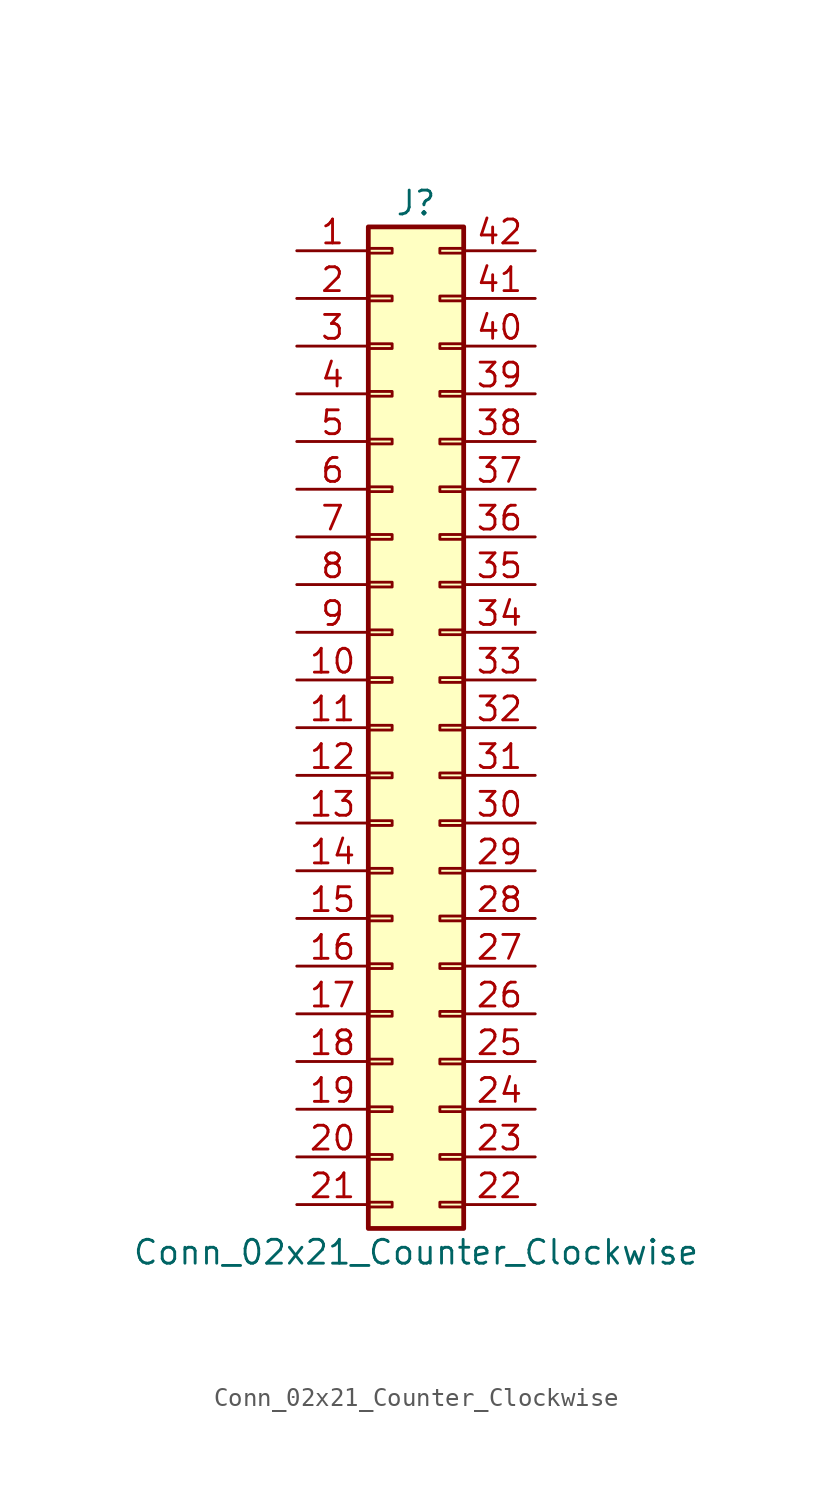
<source format=kicad_sym>
(kicad_symbol_lib
  (version 20220914)
  (generator kicad_symbol_editor)
  (symbol "Conn_02x21_Counter_Clockwise"
    (pin_names
      (offset 1.016) hide)
    (property "Reference" "J"
      (at 1.27 27.94 0)
      (effects (font (size 1.27 1.27))))
    (property "Value" "Conn_02x21_Counter_Clockwise"
      (at 1.27 -27.94 0)
      (effects (font (size 1.27 1.27))))
    (symbol "Conn_02x21_Counter_Clockwise_1_1"
      (rectangle (start -1.27 -25.273) (end 0 -25.527) (stroke (width 0.152) (type default)) (fill (type none)))
      (rectangle (start -1.27 -22.733) (end 0 -22.987) (stroke (width 0.152) (type default)) (fill (type none)))
      (rectangle (start -1.27 -20.193) (end 0 -20.447) (stroke (width 0.152) (type default)) (fill (type none)))
      (rectangle (start -1.27 -17.653) (end 0 -17.907) (stroke (width 0.152) (type default)) (fill (type none)))
      (rectangle (start -1.27 -15.113) (end 0 -15.367) (stroke (width 0.152) (type default)) (fill (type none)))
      (rectangle (start -1.27 -12.573) (end 0 -12.827) (stroke (width 0.152) (type default)) (fill (type none)))
      (rectangle (start -1.27 -10.033) (end 0 -10.287) (stroke (width 0.152) (type default)) (fill (type none)))
      (rectangle (start -1.27 -7.493) (end 0 -7.747) (stroke (width 0.152) (type default)) (fill (type none)))
      (rectangle (start -1.27 -4.953) (end 0 -5.207) (stroke (width 0.152) (type default)) (fill (type none)))
      (rectangle (start -1.27 -2.413) (end 0 -2.667) (stroke (width 0.152) (type default)) (fill (type none)))
      (rectangle (start -1.27 0.127) (end 0 -0.127) (stroke (width 0.152) (type default)) (fill (type none)))
      (rectangle (start -1.27 2.667) (end 0 2.413) (stroke (width 0.152) (type default)) (fill (type none)))
      (rectangle (start -1.27 5.207) (end 0 4.953) (stroke (width 0.152) (type default)) (fill (type none)))
      (rectangle (start -1.27 7.747) (end 0 7.493) (stroke (width 0.152) (type default)) (fill (type none)))
      (rectangle (start -1.27 10.287) (end 0 10.033) (stroke (width 0.152) (type default)) (fill (type none)))
      (rectangle (start -1.27 12.827) (end 0 12.573) (stroke (width 0.152) (type default)) (fill (type none)))
      (rectangle (start -1.27 15.367) (end 0 15.113) (stroke (width 0.152) (type default)) (fill (type none)))
      (rectangle (start -1.27 17.907) (end 0 17.653) (stroke (width 0.152) (type default)) (fill (type none)))
      (rectangle (start -1.27 20.447) (end 0 20.193) (stroke (width 0.152) (type default)) (fill (type none)))
      (rectangle (start -1.27 22.987) (end 0 22.733) (stroke (width 0.152) (type default)) (fill (type none)))
      (rectangle (start -1.27 25.527) (end 0 25.273) (stroke (width 0.152) (type default)) (fill (type none)))
      (rectangle (start -1.27 26.67) (end 3.81 -26.67) (stroke (width 0.254) (type default)) (fill (type background)))
      (rectangle (start 3.81 -25.273) (end 2.54 -25.527) (stroke (width 0.152) (type default)) (fill (type none)))
      (rectangle (start 3.81 -22.733) (end 2.54 -22.987) (stroke (width 0.152) (type default)) (fill (type none)))
      (rectangle (start 3.81 -20.193) (end 2.54 -20.447) (stroke (width 0.152) (type default)) (fill (type none)))
      (rectangle (start 3.81 -17.653) (end 2.54 -17.907) (stroke (width 0.152) (type default)) (fill (type none)))
      (rectangle (start 3.81 -15.113) (end 2.54 -15.367) (stroke (width 0.152) (type default)) (fill (type none)))
      (rectangle (start 3.81 -12.573) (end 2.54 -12.827) (stroke (width 0.152) (type default)) (fill (type none)))
      (rectangle (start 3.81 -10.033) (end 2.54 -10.287) (stroke (width 0.152) (type default)) (fill (type none)))
      (rectangle (start 3.81 -7.493) (end 2.54 -7.747) (stroke (width 0.152) (type default)) (fill (type none)))
      (rectangle (start 3.81 -4.953) (end 2.54 -5.207) (stroke (width 0.152) (type default)) (fill (type none)))
      (rectangle (start 3.81 -2.413) (end 2.54 -2.667) (stroke (width 0.152) (type default)) (fill (type none)))
      (rectangle (start 3.81 0.127) (end 2.54 -0.127) (stroke (width 0.152) (type default)) (fill (type none)))
      (rectangle (start 3.81 2.667) (end 2.54 2.413) (stroke (width 0.152) (type default)) (fill (type none)))
      (rectangle (start 3.81 5.207) (end 2.54 4.953) (stroke (width 0.152) (type default)) (fill (type none)))
      (rectangle (start 3.81 7.747) (end 2.54 7.493) (stroke (width 0.152) (type default)) (fill (type none)))
      (rectangle (start 3.81 10.287) (end 2.54 10.033) (stroke (width 0.152) (type default)) (fill (type none)))
      (rectangle (start 3.81 12.827) (end 2.54 12.573) (stroke (width 0.152) (type default)) (fill (type none)))
      (rectangle (start 3.81 15.367) (end 2.54 15.113) (stroke (width 0.152) (type default)) (fill (type none)))
      (rectangle (start 3.81 17.907) (end 2.54 17.653) (stroke (width 0.152) (type default)) (fill (type none)))
      (rectangle (start 3.81 20.447) (end 2.54 20.193) (stroke (width 0.152) (type default)) (fill (type none)))
      (rectangle (start 3.81 22.987) (end 2.54 22.733) (stroke (width 0.152) (type default)) (fill (type none)))
      (rectangle (start 3.81 25.527) (end 2.54 25.273) (stroke (width 0.152) (type default)) (fill (type none)))
      (pin passive line (at -5.08 25.4 0) (length 3.81) (name "Pin_1" (effects (font (size 1.27 1.27)))) (number "1" (effects (font (size 1.27 1.27)))))
      (pin passive line (at -5.08 2.54 0) (length 3.81) (name "Pin_10" (effects (font (size 1.27 1.27)))) (number "10" (effects (font (size 1.27 1.27)))))
      (pin passive line (at -5.08 0 0) (length 3.81) (name "Pin_11" (effects (font (size 1.27 1.27)))) (number "11" (effects (font (size 1.27 1.27)))))
      (pin passive line (at -5.08 -2.54 0) (length 3.81) (name "Pin_12" (effects (font (size 1.27 1.27)))) (number "12" (effects (font (size 1.27 1.27)))))
      (pin passive line (at -5.08 -5.08 0) (length 3.81) (name "Pin_13" (effects (font (size 1.27 1.27)))) (number "13" (effects (font (size 1.27 1.27)))))
      (pin passive line (at -5.08 -7.62 0) (length 3.81) (name "Pin_14" (effects (font (size 1.27 1.27)))) (number "14" (effects (font (size 1.27 1.27)))))
      (pin passive line (at -5.08 -10.16 0) (length 3.81) (name "Pin_15" (effects (font (size 1.27 1.27)))) (number "15" (effects (font (size 1.27 1.27)))))
      (pin passive line (at -5.08 -12.7 0) (length 3.81) (name "Pin_16" (effects (font (size 1.27 1.27)))) (number "16" (effects (font (size 1.27 1.27)))))
      (pin passive line (at -5.08 -15.24 0) (length 3.81) (name "Pin_17" (effects (font (size 1.27 1.27)))) (number "17" (effects (font (size 1.27 1.27)))))
      (pin passive line (at -5.08 -17.78 0) (length 3.81) (name "Pin_18" (effects (font (size 1.27 1.27)))) (number "18" (effects (font (size 1.27 1.27)))))
      (pin passive line (at -5.08 -20.32 0) (length 3.81) (name "Pin_19" (effects (font (size 1.27 1.27)))) (number "19" (effects (font (size 1.27 1.27)))))
      (pin passive line (at -5.08 22.86 0) (length 3.81) (name "Pin_2" (effects (font (size 1.27 1.27)))) (number "2" (effects (font (size 1.27 1.27)))))
      (pin passive line (at -5.08 -22.86 0) (length 3.81) (name "Pin_20" (effects (font (size 1.27 1.27)))) (number "20" (effects (font (size 1.27 1.27)))))
      (pin passive line (at -5.08 -25.4 0) (length 3.81) (name "Pin_21" (effects (font (size 1.27 1.27)))) (number "21" (effects (font (size 1.27 1.27)))))
      (pin passive line (at 7.62 -25.4 180) (length 3.81) (name "Pin_22" (effects (font (size 1.27 1.27)))) (number "22" (effects (font (size 1.27 1.27)))))
      (pin passive line (at 7.62 -22.86 180) (length 3.81) (name "Pin_23" (effects (font (size 1.27 1.27)))) (number "23" (effects (font (size 1.27 1.27)))))
      (pin passive line (at 7.62 -20.32 180) (length 3.81) (name "Pin_24" (effects (font (size 1.27 1.27)))) (number "24" (effects (font (size 1.27 1.27)))))
      (pin passive line (at 7.62 -17.78 180) (length 3.81) (name "Pin_25" (effects (font (size 1.27 1.27)))) (number "25" (effects (font (size 1.27 1.27)))))
      (pin passive line (at 7.62 -15.24 180) (length 3.81) (name "Pin_26" (effects (font (size 1.27 1.27)))) (number "26" (effects (font (size 1.27 1.27)))))
      (pin passive line (at 7.62 -12.7 180) (length 3.81) (name "Pin_27" (effects (font (size 1.27 1.27)))) (number "27" (effects (font (size 1.27 1.27)))))
      (pin passive line (at 7.62 -10.16 180) (length 3.81) (name "Pin_28" (effects (font (size 1.27 1.27)))) (number "28" (effects (font (size 1.27 1.27)))))
      (pin passive line (at 7.62 -7.62 180) (length 3.81) (name "Pin_29" (effects (font (size 1.27 1.27)))) (number "29" (effects (font (size 1.27 1.27)))))
      (pin passive line (at -5.08 20.32 0) (length 3.81) (name "Pin_3" (effects (font (size 1.27 1.27)))) (number "3" (effects (font (size 1.27 1.27)))))
      (pin passive line (at 7.62 -5.08 180) (length 3.81) (name "Pin_30" (effects (font (size 1.27 1.27)))) (number "30" (effects (font (size 1.27 1.27)))))
      (pin passive line (at 7.62 -2.54 180) (length 3.81) (name "Pin_31" (effects (font (size 1.27 1.27)))) (number "31" (effects (font (size 1.27 1.27)))))
      (pin passive line (at 7.62 0 180) (length 3.81) (name "Pin_32" (effects (font (size 1.27 1.27)))) (number "32" (effects (font (size 1.27 1.27)))))
      (pin passive line (at 7.62 2.54 180) (length 3.81) (name "Pin_33" (effects (font (size 1.27 1.27)))) (number "33" (effects (font (size 1.27 1.27)))))
      (pin passive line (at 7.62 5.08 180) (length 3.81) (name "Pin_34" (effects (font (size 1.27 1.27)))) (number "34" (effects (font (size 1.27 1.27)))))
      (pin passive line (at 7.62 7.62 180) (length 3.81) (name "Pin_35" (effects (font (size 1.27 1.27)))) (number "35" (effects (font (size 1.27 1.27)))))
      (pin passive line (at 7.62 10.16 180) (length 3.81) (name "Pin_36" (effects (font (size 1.27 1.27)))) (number "36" (effects (font (size 1.27 1.27)))))
      (pin passive line (at 7.62 12.7 180) (length 3.81) (name "Pin_37" (effects (font (size 1.27 1.27)))) (number "37" (effects (font (size 1.27 1.27)))))
      (pin passive line (at 7.62 15.24 180) (length 3.81) (name "Pin_38" (effects (font (size 1.27 1.27)))) (number "38" (effects (font (size 1.27 1.27)))))
      (pin passive line (at 7.62 17.78 180) (length 3.81) (name "Pin_39" (effects (font (size 1.27 1.27)))) (number "39" (effects (font (size 1.27 1.27)))))
      (pin passive line (at -5.08 17.78 0) (length 3.81) (name "Pin_4" (effects (font (size 1.27 1.27)))) (number "4" (effects (font (size 1.27 1.27)))))
      (pin passive line (at 7.62 20.32 180) (length 3.81) (name "Pin_40" (effects (font (size 1.27 1.27)))) (number "40" (effects (font (size 1.27 1.27)))))
      (pin passive line (at 7.62 22.86 180) (length 3.81) (name "Pin_41" (effects (font (size 1.27 1.27)))) (number "41" (effects (font (size 1.27 1.27)))))
      (pin passive line (at 7.62 25.4 180) (length 3.81) (name "Pin_42" (effects (font (size 1.27 1.27)))) (number "42" (effects (font (size 1.27 1.27)))))
      (pin passive line (at -5.08 15.24 0) (length 3.81) (name "Pin_5" (effects (font (size 1.27 1.27)))) (number "5" (effects (font (size 1.27 1.27)))))
      (pin passive line (at -5.08 12.7 0) (length 3.81) (name "Pin_6" (effects (font (size 1.27 1.27)))) (number "6" (effects (font (size 1.27 1.27)))))
      (pin passive line (at -5.08 10.16 0) (length 3.81) (name "Pin_7" (effects (font (size 1.27 1.27)))) (number "7" (effects (font (size 1.27 1.27)))))
      (pin passive line (at -5.08 7.62 0) (length 3.81) (name "Pin_8" (effects (font (size 1.27 1.27)))) (number "8" (effects (font (size 1.27 1.27)))))
      (pin passive line (at -5.08 5.08 0) (length 3.81) (name "Pin_9" (effects (font (size 1.27 1.27)))) (number "9" (effects (font (size 1.27 1.27))))))))
</source>
